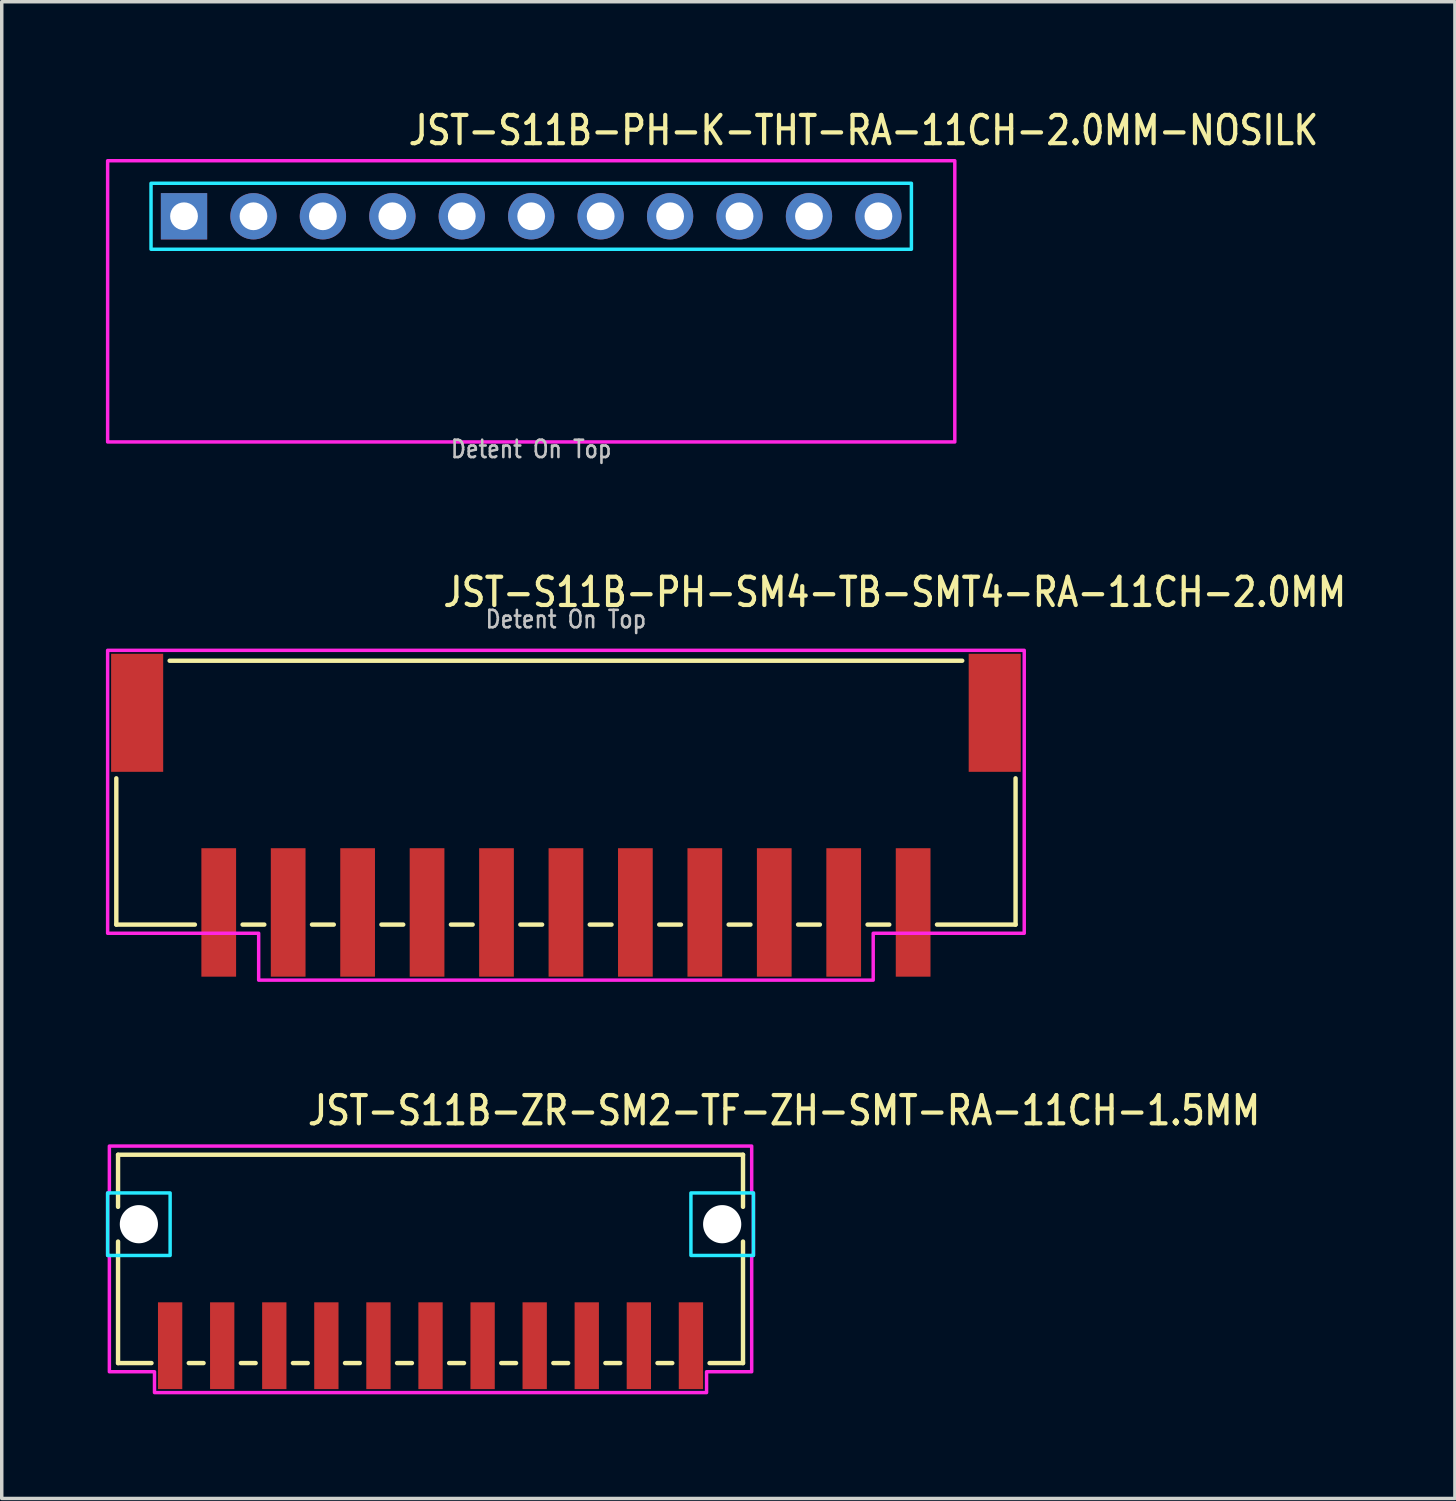
<source format=kicad_pcb>
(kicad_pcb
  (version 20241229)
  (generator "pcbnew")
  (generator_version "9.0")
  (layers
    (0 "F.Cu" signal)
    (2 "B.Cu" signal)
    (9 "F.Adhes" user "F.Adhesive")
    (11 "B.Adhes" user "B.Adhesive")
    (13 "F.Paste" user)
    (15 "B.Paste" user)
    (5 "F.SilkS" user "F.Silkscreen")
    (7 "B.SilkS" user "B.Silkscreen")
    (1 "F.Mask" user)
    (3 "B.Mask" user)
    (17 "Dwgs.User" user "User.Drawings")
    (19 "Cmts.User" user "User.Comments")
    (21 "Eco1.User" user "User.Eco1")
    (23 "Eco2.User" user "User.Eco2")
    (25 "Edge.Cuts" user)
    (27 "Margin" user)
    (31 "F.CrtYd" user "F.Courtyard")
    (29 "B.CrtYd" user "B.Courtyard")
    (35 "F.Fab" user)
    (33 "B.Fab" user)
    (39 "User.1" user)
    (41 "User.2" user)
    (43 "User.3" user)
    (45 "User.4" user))
  (footprint "JST-S11B-PH-SM4-TB-SMT4-RA-11CH-2.0MM"
    (layer "F.Cu")
    (at 13.25 17.48)
    (property "Reference" "JST-S11B-PH-SM4-TB-SMT4-RA-11CH-2.0MM" (at -3.6 -3 0) (unlocked yes) (layer "F.SilkS") (effects (font (size 0.813 0.695) (thickness 0.122)) (justify left bottom)))
    (fp_line (start -12.95 6.1) (end -12.95 1.887) (stroke (width 0.127) (type solid)) (layer "F.SilkS"))
    (fp_line (start -12.95 6.1) (end -10.687 6.1) (stroke (width 0.127) (type solid)) (layer "F.SilkS"))
    (fp_line (start -11.414 -1.5) (end 11.414 -1.5) (stroke (width 0.127) (type solid)) (layer "F.SilkS"))
    (fp_line (start -9.313 6.1) (end -8.687 6.1) (stroke (width 0.127) (type solid)) (layer "F.SilkS"))
    (fp_line (start -7.314 6.1) (end -6.686 6.1) (stroke (width 0.127) (type solid)) (layer "F.SilkS"))
    (fp_line (start -5.314 6.1) (end -4.686 6.1) (stroke (width 0.127) (type solid)) (layer "F.SilkS"))
    (fp_line (start -3.313 6.1) (end -2.687 6.1) (stroke (width 0.127) (type solid)) (layer "F.SilkS"))
    (fp_line (start -1.313 6.1) (end -0.686 6.1) (stroke (width 0.127) (type solid)) (layer "F.SilkS"))
    (fp_line (start 0.686 6.1) (end 1.313 6.1) (stroke (width 0.127) (type solid)) (layer "F.SilkS"))
    (fp_line (start 2.687 6.1) (end 3.313 6.1) (stroke (width 0.127) (type solid)) (layer "F.SilkS"))
    (fp_line (start 4.686 6.1) (end 5.314 6.1) (stroke (width 0.127) (type solid)) (layer "F.SilkS"))
    (fp_line (start 6.686 6.1) (end 7.314 6.1) (stroke (width 0.127) (type solid)) (layer "F.SilkS"))
    (fp_line (start 8.687 6.1) (end 9.313 6.1) (stroke (width 0.127) (type solid)) (layer "F.SilkS"))
    (fp_line (start 10.687 6.1) (end 12.95 6.1) (stroke (width 0.127) (type solid)) (layer "F.SilkS"))
    (fp_line (start 12.95 1.887) (end 12.95 6.1) (stroke (width 0.127) (type solid)) (layer "F.SilkS"))
    (fp_poly (pts (xy -13.2 -1.8) (xy -13.2 6.35) (xy -8.85 6.35) (xy -8.85 7.7) (xy 8.85 7.7) (xy 8.85 6.35) (xy 13.2 6.35) (xy 13.2 -1.8)) (stroke (width 0.1) (type solid)) (fill no) (layer "F.CrtYd"))
    (fp_text user "Detent On Top" (at 0 -2.4 0) (unlocked yes) (layer "Dwgs.User") (effects (font (size 0.5 0.427) (thickness 0.075)) (justify bottom)))
    (pad "P$1" smd rect (at 10 5.75) (size 1 3.7) (layers "F.Cu" "F.Mask" "F.Paste"))
    (pad "P$2" smd rect (at 8 5.75) (size 1 3.7) (layers "F.Cu" "F.Mask" "F.Paste"))
    (pad "P$3" smd rect (at 6 5.75) (size 1 3.7) (layers "F.Cu" "F.Mask" "F.Paste"))
    (pad "P$4" smd rect (at 4 5.75) (size 1 3.7) (layers "F.Cu" "F.Mask" "F.Paste"))
    (pad "P$5" smd rect (at 2 5.75) (size 1 3.7) (layers "F.Cu" "F.Mask" "F.Paste"))
    (pad "P$6" smd rect (at 0 5.75) (size 1 3.7) (layers "F.Cu" "F.Mask" "F.Paste"))
    (pad "P$7" smd rect (at -2 5.75) (size 1 3.7) (layers "F.Cu" "F.Mask" "F.Paste"))
    (pad "P$8" smd rect (at -4 5.75) (size 1 3.7) (layers "F.Cu" "F.Mask" "F.Paste"))
    (pad "P$9" smd rect (at -6 5.75) (size 1 3.7) (layers "F.Cu" "F.Mask" "F.Paste"))
    (pad "P$10" smd rect (at -8 5.75) (size 1 3.7) (layers "F.Cu" "F.Mask" "F.Paste"))
    (pad "P$11" smd rect (at -10 5.75) (size 1 3.7) (layers "F.Cu" "F.Mask" "F.Paste"))
    (pad "S$1" smd rect (at -12.35 0) (size 1.5 3.4) (layers "F.Cu" "F.Mask" "F.Paste"))
    (pad "S$2" smd rect (at 12.35 0) (size 1.5 3.4) (layers "F.Cu" "F.Mask" "F.Paste")))
  (footprint "JST-S11B-PH-K-THT-RA-11CH-2.0MM-NOSILK"
    (layer "F.Cu")
    (at 12.25 3.179)
    (property "Reference" "JST-S11B-PH-K-THT-RA-11CH-2.0MM-NOSILK" (at -3.6 -2 0) (unlocked yes) (layer "F.SilkS") (effects (font (size 0.813 0.695) (thickness 0.122)) (justify left bottom)))
    (fp_poly (pts (xy -10.95 -0.95) (xy -10.95 0.95) (xy 10.95 0.95) (xy 10.95 -0.95)) (stroke (width 0.1) (type solid)) (fill no) (layer "B.CrtYd"))
    (fp_poly (pts (xy -12.2 -1.6) (xy -12.2 6.5) (xy 12.2 6.5) (xy 12.2 -1.6)) (stroke (width 0.1) (type solid)) (fill no) (layer "F.CrtYd"))
    (fp_text user "Detent On Top" (at 0 7 0) (unlocked yes) (layer "Dwgs.User") (effects (font (size 0.5 0.427) (thickness 0.075)) (justify bottom)))
    (pad "P$1" thru_hole rect (at -10 0) (size 1.333 1.333) (drill 0.8) (layers "*.Cu" "*.Mask"))
    (pad "P$2" thru_hole oval (at -8 0) (size 1.333 1.333) (drill 0.8) (layers "*.Cu" "*.Mask"))
    (pad "P$3" thru_hole oval (at -6 0) (size 1.333 1.333) (drill 0.8) (layers "*.Cu" "*.Mask"))
    (pad "P$4" thru_hole oval (at -4 0) (size 1.333 1.333) (drill 0.8) (layers "*.Cu" "*.Mask"))
    (pad "P$5" thru_hole oval (at -2 0) (size 1.333 1.333) (drill 0.8) (layers "*.Cu" "*.Mask"))
    (pad "P$6" thru_hole oval (at 0 0) (size 1.333 1.333) (drill 0.8) (layers "*.Cu" "*.Mask"))
    (pad "P$7" thru_hole oval (at 2 0) (size 1.333 1.333) (drill 0.8) (layers "*.Cu" "*.Mask"))
    (pad "P$8" thru_hole oval (at 4 0) (size 1.333 1.333) (drill 0.8) (layers "*.Cu" "*.Mask"))
    (pad "P$9" thru_hole oval (at 6 0) (size 1.333 1.333) (drill 0.8) (layers "*.Cu" "*.Mask"))
    (pad "P$10" thru_hole oval (at 8 0) (size 1.333 1.333) (drill 0.8) (layers "*.Cu" "*.Mask"))
    (pad "P$11" thru_hole oval (at 10 0) (size 1.333 1.333) (drill 0.8) (layers "*.Cu" "*.Mask")))
  (footprint "JST-S11B-ZR-SM2-TF-ZH-SMT-RA-11CH-1.5MM"
    (layer "F.Cu")
    (at 9.35 32.209)
    (property "Reference" "JST-S11B-ZR-SM2-TF-ZH-SMT-RA-11CH-1.5MM" (at -3.6 -2.8 0) (unlocked yes) (layer "F.SilkS") (effects (font (size 0.813 0.695) (thickness 0.122)) (justify left bottom)))
    (fp_line (start -9 -2) (end -9 -0.5) (stroke (width 0.127) (type solid)) (layer "F.SilkS"))
    (fp_line (start -9 -2) (end 9 -2) (stroke (width 0.127) (type solid)) (layer "F.SilkS"))
    (fp_line (start -9 4) (end -9 0.5) (stroke (width 0.127) (type solid)) (layer "F.SilkS"))
    (fp_line (start -9 4) (end -8.037 4) (stroke (width 0.127) (type solid)) (layer "F.SilkS"))
    (fp_line (start -6.963 4) (end -6.537 4) (stroke (width 0.127) (type solid)) (layer "F.SilkS"))
    (fp_line (start -5.463 4) (end -5.037 4) (stroke (width 0.127) (type solid)) (layer "F.SilkS"))
    (fp_line (start -3.963 4) (end -3.537 4) (stroke (width 0.127) (type solid)) (layer "F.SilkS"))
    (fp_line (start -2.463 4) (end -2.037 4) (stroke (width 0.127) (type solid)) (layer "F.SilkS"))
    (fp_line (start -0.964 4) (end -0.536 4) (stroke (width 0.127) (type solid)) (layer "F.SilkS"))
    (fp_line (start 0.536 4) (end 0.964 4) (stroke (width 0.127) (type solid)) (layer "F.SilkS"))
    (fp_line (start 2.037 4) (end 2.463 4) (stroke (width 0.127) (type solid)) (layer "F.SilkS"))
    (fp_line (start 3.537 4) (end 3.963 4) (stroke (width 0.127) (type solid)) (layer "F.SilkS"))
    (fp_line (start 5.037 4) (end 5.463 4) (stroke (width 0.127) (type solid)) (layer "F.SilkS"))
    (fp_line (start 6.537 4) (end 6.963 4) (stroke (width 0.127) (type solid)) (layer "F.SilkS"))
    (fp_line (start 8.037 4) (end 9 4) (stroke (width 0.127) (type solid)) (layer "F.SilkS"))
    (fp_line (start 9 -0.5) (end 9 -2) (stroke (width 0.127) (type solid)) (layer "F.SilkS"))
    (fp_line (start 9 0.5) (end 9 4) (stroke (width 0.127) (type solid)) (layer "F.SilkS"))
    (fp_poly (pts (xy -9.3 -0.9) (xy -9.3 0.9) (xy -7.5 0.9) (xy -7.5 -0.9)) (stroke (width 0.1) (type solid)) (fill no) (layer "B.CrtYd"))
    (fp_poly (pts (xy 9.3 -0.9) (xy 9.3 0.9) (xy 7.5 0.9) (xy 7.5 -0.9)) (stroke (width 0.1) (type solid)) (fill no) (layer "B.CrtYd"))
    (fp_poly (pts (xy -9.25 -2.25) (xy -9.25 -0.9) (xy -9.3 -0.9) (xy -9.3 0.9) (xy -9.25 0.9) (xy -9.25 4.25) (xy -7.95 4.25) (xy -7.95 4.85) (xy 7.95 4.85) (xy 7.95 4.25) (xy 9.25 4.25) (xy 9.25 0.9) (xy 9.3 0.9) (xy 9.3 -0.9) (xy 9.25 -0.9) (xy 9.25 -2.25)) (stroke (width 0.1) (type solid)) (fill no) (layer "F.CrtYd"))
    (pad "" np_thru_hole circle (at -8.4 0) (size 1.1 1.1) (drill 1.1) (layers "*.Cu" "*.Mask"))
    (pad "" np_thru_hole circle (at 8.4 0) (size 1.1 1.1) (drill 1.1) (layers "*.Cu" "*.Mask"))
    (pad "P$1" smd rect (at 7.5 3.5) (size 0.7 2.5) (layers "F.Cu" "F.Mask" "F.Paste"))
    (pad "P$2" smd rect (at 6 3.5) (size 0.7 2.5) (layers "F.Cu" "F.Mask" "F.Paste"))
    (pad "P$3" smd rect (at 4.5 3.5) (size 0.7 2.5) (layers "F.Cu" "F.Mask" "F.Paste"))
    (pad "P$4" smd rect (at 3 3.5) (size 0.7 2.5) (layers "F.Cu" "F.Mask" "F.Paste"))
    (pad "P$5" smd rect (at 1.5 3.5) (size 0.7 2.5) (layers "F.Cu" "F.Mask" "F.Paste"))
    (pad "P$6" smd rect (at 0 3.5) (size 0.7 2.5) (layers "F.Cu" "F.Mask" "F.Paste"))
    (pad "P$7" smd rect (at -1.5 3.5) (size 0.7 2.5) (layers "F.Cu" "F.Mask" "F.Paste"))
    (pad "P$8" smd rect (at -3 3.5) (size 0.7 2.5) (layers "F.Cu" "F.Mask" "F.Paste"))
    (pad "P$9" smd rect (at -4.5 3.5) (size 0.7 2.5) (layers "F.Cu" "F.Mask" "F.Paste"))
    (pad "P$10" smd rect (at -6 3.5) (size 0.7 2.5) (layers "F.Cu" "F.Mask" "F.Paste"))
    (pad "P$11" smd rect (at -7.5 3.5) (size 0.7 2.5) (layers "F.Cu" "F.Mask" "F.Paste")))
  (gr_rect
    (start -3 -3)
    (end 38.854 40.109)
    (stroke (width 0.1) (type default))
    (fill no)
    (layer "Edge.Cuts")))
</source>
